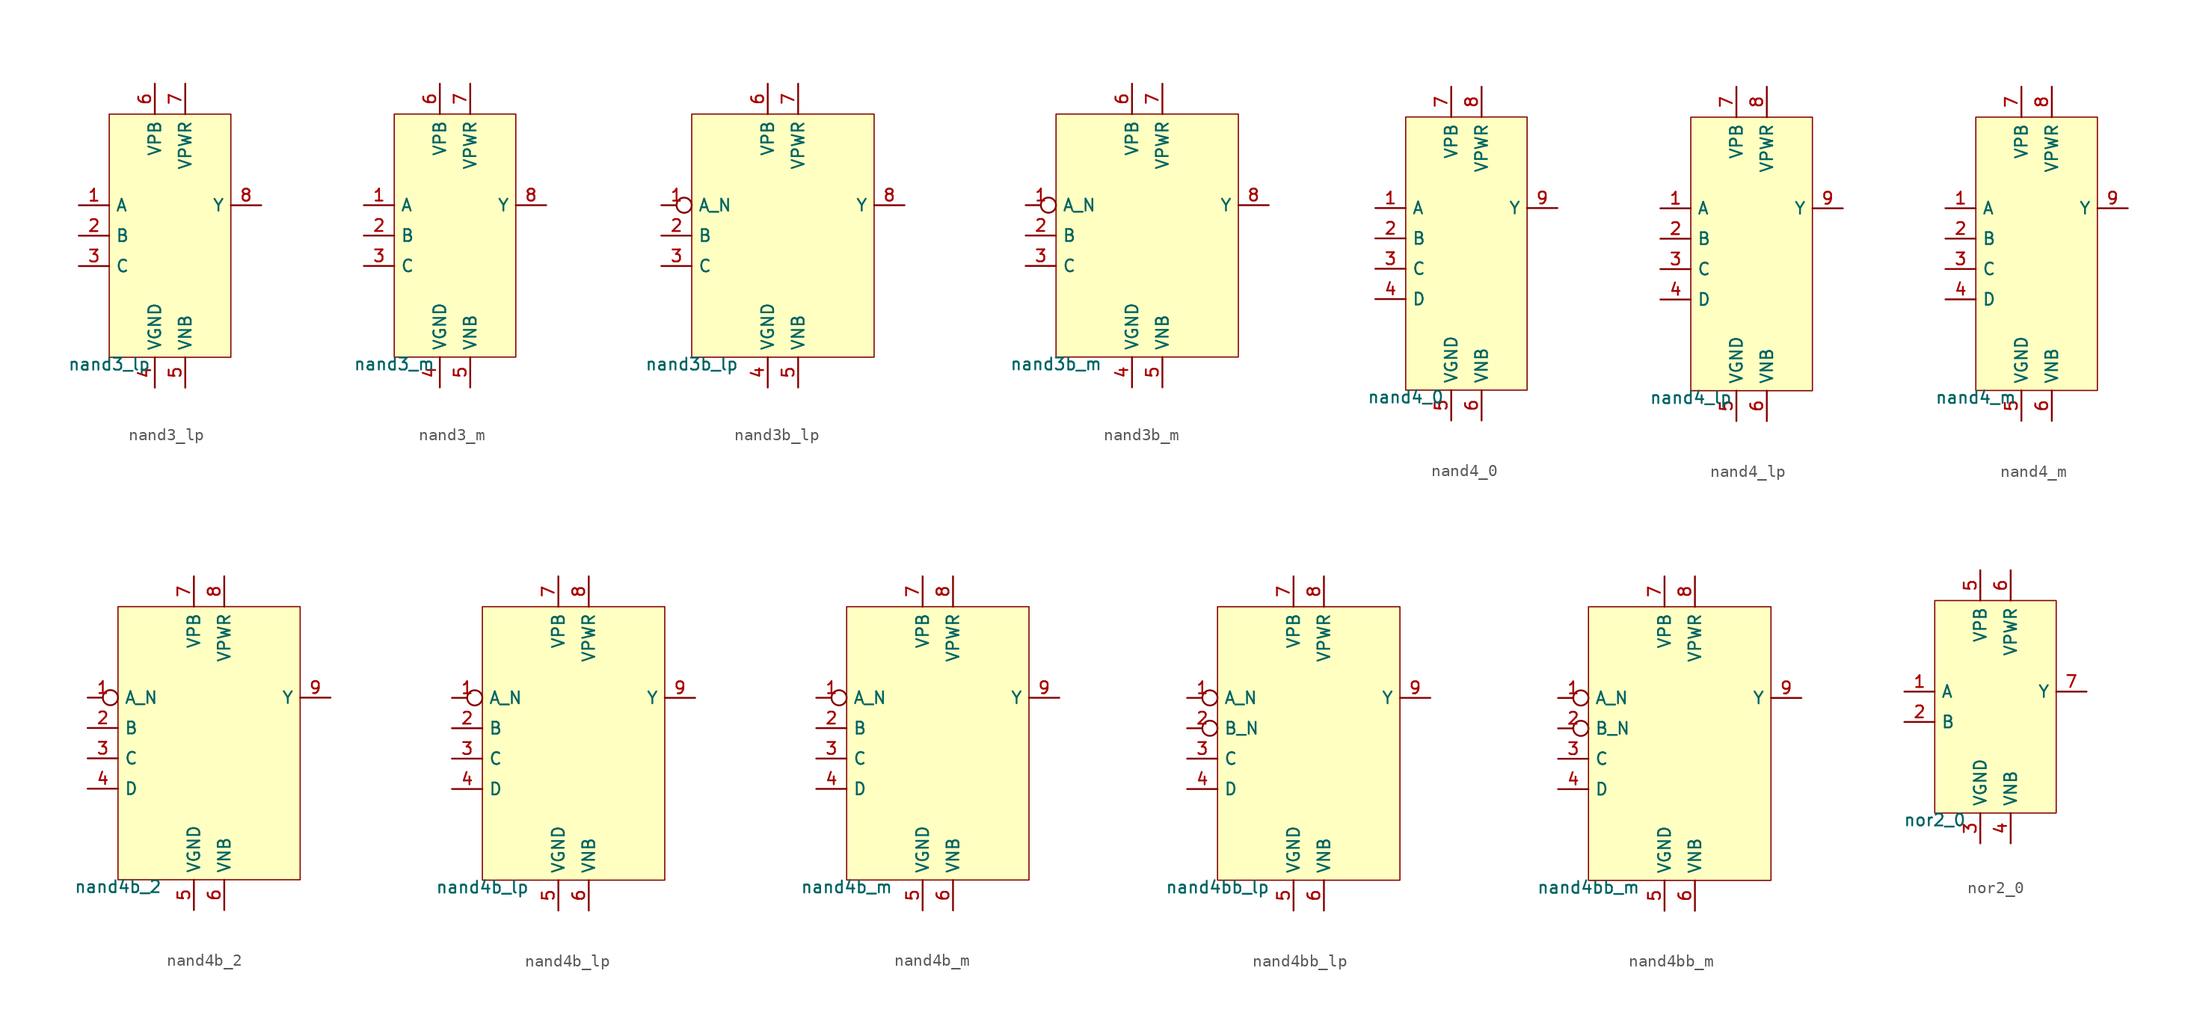
<source format=kicad_sym>
(kicad_symbol_lib
  (version 20211014)
  (generator pdk2kicad)
  (symbol "nand3_lp"
    (property "Reference" "X"
      (at 0 0 0)
      (effects (font (size 1 1)) hide))
    (property "Value" "nand3_lp"
      (at -5.08 -10.16 0)
      (effects (font (size 1 1)) (justify top)))
    (rectangle
      (start -5.08 -10.16)
      (end 5.08 10.16)
      (stroke (width 0.1) (type solid) (color 0 0 0 0))
      (fill (type background)))
    (pin input line
      (at -7.62 2.54 0)
      (length 2.54)
      (name "A" (effects (font (size 1 1)) hide))
      (number "1" (effects (font (size 1 1)) hide)))
    (pin input line
      (at -7.62 0.0 0)
      (length 2.54)
      (name "B" (effects (font (size 1 1)) hide))
      (number "2" (effects (font (size 1 1)) hide)))
    (pin input line
      (at -7.62 -2.54 0)
      (length 2.54)
      (name "C" (effects (font (size 1 1)) hide))
      (number "3" (effects (font (size 1 1)) hide)))
    (pin power_in line
      (at -1.27 -12.7 90)
      (length 2.54)
      (name "VGND" (effects (font (size 1 1)) hide))
      (number "4" (effects (font (size 1 1)) hide)))
    (pin power_in line
      (at 1.27 -12.7 90)
      (length 2.54)
      (name "VNB" (effects (font (size 1 1)) hide))
      (number "5" (effects (font (size 1 1)) hide)))
    (pin power_in line
      (at -1.27 12.7 270)
      (length 2.54)
      (name "VPB" (effects (font (size 1 1)) hide))
      (number "6" (effects (font (size 1 1)) hide)))
    (pin power_in line
      (at 1.27 12.7 270)
      (length 2.54)
      (name "VPWR" (effects (font (size 1 1)) hide))
      (number "7" (effects (font (size 1 1)) hide)))
    (pin output line
      (at 7.62 2.54 180)
      (length 2.54)
      (name "Y" (effects (font (size 1 1)) hide))
      (number "8" (effects (font (size 1 1)) hide))))
  (symbol "nand3_m"
    (property "Reference" "X"
      (at 0 0 0)
      (effects (font (size 1 1)) hide))
    (property "Value" "nand3_m"
      (at -5.08 -10.16 0)
      (effects (font (size 1 1)) (justify top)))
    (rectangle
      (start -5.08 -10.16)
      (end 5.08 10.16)
      (stroke (width 0.1) (type solid) (color 0 0 0 0))
      (fill (type background)))
    (pin input line
      (at -7.62 2.54 0)
      (length 2.54)
      (name "A" (effects (font (size 1 1)) hide))
      (number "1" (effects (font (size 1 1)) hide)))
    (pin input line
      (at -7.62 0.0 0)
      (length 2.54)
      (name "B" (effects (font (size 1 1)) hide))
      (number "2" (effects (font (size 1 1)) hide)))
    (pin input line
      (at -7.62 -2.54 0)
      (length 2.54)
      (name "C" (effects (font (size 1 1)) hide))
      (number "3" (effects (font (size 1 1)) hide)))
    (pin power_in line
      (at -1.27 -12.7 90)
      (length 2.54)
      (name "VGND" (effects (font (size 1 1)) hide))
      (number "4" (effects (font (size 1 1)) hide)))
    (pin power_in line
      (at 1.27 -12.7 90)
      (length 2.54)
      (name "VNB" (effects (font (size 1 1)) hide))
      (number "5" (effects (font (size 1 1)) hide)))
    (pin power_in line
      (at -1.27 12.7 270)
      (length 2.54)
      (name "VPB" (effects (font (size 1 1)) hide))
      (number "6" (effects (font (size 1 1)) hide)))
    (pin power_in line
      (at 1.27 12.7 270)
      (length 2.54)
      (name "VPWR" (effects (font (size 1 1)) hide))
      (number "7" (effects (font (size 1 1)) hide)))
    (pin output line
      (at 7.62 2.54 180)
      (length 2.54)
      (name "Y" (effects (font (size 1 1)) hide))
      (number "8" (effects (font (size 1 1)) hide))))
  (symbol "nand3b_lp"
    (property "Reference" "X"
      (at 0 0 0)
      (effects (font (size 1 1)) hide))
    (property "Value" "nand3b_lp"
      (at -7.62 -10.16 0)
      (effects (font (size 1 1)) (justify top)))
    (rectangle
      (start -7.62 -10.16)
      (end 7.62 10.16)
      (stroke (width 0.1) (type solid) (color 0 0 0 0))
      (fill (type background)))
    (pin input inverted
      (at -10.16 2.54 0)
      (length 2.54)
      (name "A_N" (effects (font (size 1 1)) hide))
      (number "1" (effects (font (size 1 1)) hide)))
    (pin input line
      (at -10.16 0.0 0)
      (length 2.54)
      (name "B" (effects (font (size 1 1)) hide))
      (number "2" (effects (font (size 1 1)) hide)))
    (pin input line
      (at -10.16 -2.54 0)
      (length 2.54)
      (name "C" (effects (font (size 1 1)) hide))
      (number "3" (effects (font (size 1 1)) hide)))
    (pin power_in line
      (at -1.27 -12.7 90)
      (length 2.54)
      (name "VGND" (effects (font (size 1 1)) hide))
      (number "4" (effects (font (size 1 1)) hide)))
    (pin power_in line
      (at 1.27 -12.7 90)
      (length 2.54)
      (name "VNB" (effects (font (size 1 1)) hide))
      (number "5" (effects (font (size 1 1)) hide)))
    (pin power_in line
      (at -1.27 12.7 270)
      (length 2.54)
      (name "VPB" (effects (font (size 1 1)) hide))
      (number "6" (effects (font (size 1 1)) hide)))
    (pin power_in line
      (at 1.27 12.7 270)
      (length 2.54)
      (name "VPWR" (effects (font (size 1 1)) hide))
      (number "7" (effects (font (size 1 1)) hide)))
    (pin output line
      (at 10.16 2.54 180)
      (length 2.54)
      (name "Y" (effects (font (size 1 1)) hide))
      (number "8" (effects (font (size 1 1)) hide))))
  (symbol "nand3b_m"
    (property "Reference" "X"
      (at 0 0 0)
      (effects (font (size 1 1)) hide))
    (property "Value" "nand3b_m"
      (at -7.62 -10.16 0)
      (effects (font (size 1 1)) (justify top)))
    (rectangle
      (start -7.62 -10.16)
      (end 7.62 10.16)
      (stroke (width 0.1) (type solid) (color 0 0 0 0))
      (fill (type background)))
    (pin input inverted
      (at -10.16 2.54 0)
      (length 2.54)
      (name "A_N" (effects (font (size 1 1)) hide))
      (number "1" (effects (font (size 1 1)) hide)))
    (pin input line
      (at -10.16 0.0 0)
      (length 2.54)
      (name "B" (effects (font (size 1 1)) hide))
      (number "2" (effects (font (size 1 1)) hide)))
    (pin input line
      (at -10.16 -2.54 0)
      (length 2.54)
      (name "C" (effects (font (size 1 1)) hide))
      (number "3" (effects (font (size 1 1)) hide)))
    (pin power_in line
      (at -1.27 -12.7 90)
      (length 2.54)
      (name "VGND" (effects (font (size 1 1)) hide))
      (number "4" (effects (font (size 1 1)) hide)))
    (pin power_in line
      (at 1.27 -12.7 90)
      (length 2.54)
      (name "VNB" (effects (font (size 1 1)) hide))
      (number "5" (effects (font (size 1 1)) hide)))
    (pin power_in line
      (at -1.27 12.7 270)
      (length 2.54)
      (name "VPB" (effects (font (size 1 1)) hide))
      (number "6" (effects (font (size 1 1)) hide)))
    (pin power_in line
      (at 1.27 12.7 270)
      (length 2.54)
      (name "VPWR" (effects (font (size 1 1)) hide))
      (number "7" (effects (font (size 1 1)) hide)))
    (pin output line
      (at 10.16 2.54 180)
      (length 2.54)
      (name "Y" (effects (font (size 1 1)) hide))
      (number "8" (effects (font (size 1 1)) hide))))
  (symbol "nand4_0"
    (property "Reference" "X"
      (at 0 0 0)
      (effects (font (size 1 1)) hide))
    (property "Value" "nand4_0"
      (at -5.08 -11.43 0)
      (effects (font (size 1 1)) (justify top)))
    (rectangle
      (start -5.08 -11.43)
      (end 5.08 11.43)
      (stroke (width 0.1) (type solid) (color 0 0 0 0))
      (fill (type background)))
    (pin input line
      (at -7.62 3.81 0)
      (length 2.54)
      (name "A" (effects (font (size 1 1)) hide))
      (number "1" (effects (font (size 1 1)) hide)))
    (pin input line
      (at -7.62 1.27 0)
      (length 2.54)
      (name "B" (effects (font (size 1 1)) hide))
      (number "2" (effects (font (size 1 1)) hide)))
    (pin input line
      (at -7.62 -1.27 0)
      (length 2.54)
      (name "C" (effects (font (size 1 1)) hide))
      (number "3" (effects (font (size 1 1)) hide)))
    (pin input line
      (at -7.62 -3.81 0)
      (length 2.54)
      (name "D" (effects (font (size 1 1)) hide))
      (number "4" (effects (font (size 1 1)) hide)))
    (pin power_in line
      (at -1.27 -13.97 90)
      (length 2.54)
      (name "VGND" (effects (font (size 1 1)) hide))
      (number "5" (effects (font (size 1 1)) hide)))
    (pin power_in line
      (at 1.27 -13.97 90)
      (length 2.54)
      (name "VNB" (effects (font (size 1 1)) hide))
      (number "6" (effects (font (size 1 1)) hide)))
    (pin power_in line
      (at -1.27 13.97 270)
      (length 2.54)
      (name "VPB" (effects (font (size 1 1)) hide))
      (number "7" (effects (font (size 1 1)) hide)))
    (pin power_in line
      (at 1.27 13.97 270)
      (length 2.54)
      (name "VPWR" (effects (font (size 1 1)) hide))
      (number "8" (effects (font (size 1 1)) hide)))
    (pin output line
      (at 7.62 3.81 180)
      (length 2.54)
      (name "Y" (effects (font (size 1 1)) hide))
      (number "9" (effects (font (size 1 1)) hide))))
  (symbol "nand4_lp"
    (property "Reference" "X"
      (at 0 0 0)
      (effects (font (size 1 1)) hide))
    (property "Value" "nand4_lp"
      (at -5.08 -11.43 0)
      (effects (font (size 1 1)) (justify top)))
    (rectangle
      (start -5.08 -11.43)
      (end 5.08 11.43)
      (stroke (width 0.1) (type solid) (color 0 0 0 0))
      (fill (type background)))
    (pin input line
      (at -7.62 3.81 0)
      (length 2.54)
      (name "A" (effects (font (size 1 1)) hide))
      (number "1" (effects (font (size 1 1)) hide)))
    (pin input line
      (at -7.62 1.27 0)
      (length 2.54)
      (name "B" (effects (font (size 1 1)) hide))
      (number "2" (effects (font (size 1 1)) hide)))
    (pin input line
      (at -7.62 -1.27 0)
      (length 2.54)
      (name "C" (effects (font (size 1 1)) hide))
      (number "3" (effects (font (size 1 1)) hide)))
    (pin input line
      (at -7.62 -3.81 0)
      (length 2.54)
      (name "D" (effects (font (size 1 1)) hide))
      (number "4" (effects (font (size 1 1)) hide)))
    (pin power_in line
      (at -1.27 -13.97 90)
      (length 2.54)
      (name "VGND" (effects (font (size 1 1)) hide))
      (number "5" (effects (font (size 1 1)) hide)))
    (pin power_in line
      (at 1.27 -13.97 90)
      (length 2.54)
      (name "VNB" (effects (font (size 1 1)) hide))
      (number "6" (effects (font (size 1 1)) hide)))
    (pin power_in line
      (at -1.27 13.97 270)
      (length 2.54)
      (name "VPB" (effects (font (size 1 1)) hide))
      (number "7" (effects (font (size 1 1)) hide)))
    (pin power_in line
      (at 1.27 13.97 270)
      (length 2.54)
      (name "VPWR" (effects (font (size 1 1)) hide))
      (number "8" (effects (font (size 1 1)) hide)))
    (pin output line
      (at 7.62 3.81 180)
      (length 2.54)
      (name "Y" (effects (font (size 1 1)) hide))
      (number "9" (effects (font (size 1 1)) hide))))
  (symbol "nand4_m"
    (property "Reference" "X"
      (at 0 0 0)
      (effects (font (size 1 1)) hide))
    (property "Value" "nand4_m"
      (at -5.08 -11.43 0)
      (effects (font (size 1 1)) (justify top)))
    (rectangle
      (start -5.08 -11.43)
      (end 5.08 11.43)
      (stroke (width 0.1) (type solid) (color 0 0 0 0))
      (fill (type background)))
    (pin input line
      (at -7.62 3.81 0)
      (length 2.54)
      (name "A" (effects (font (size 1 1)) hide))
      (number "1" (effects (font (size 1 1)) hide)))
    (pin input line
      (at -7.62 1.27 0)
      (length 2.54)
      (name "B" (effects (font (size 1 1)) hide))
      (number "2" (effects (font (size 1 1)) hide)))
    (pin input line
      (at -7.62 -1.27 0)
      (length 2.54)
      (name "C" (effects (font (size 1 1)) hide))
      (number "3" (effects (font (size 1 1)) hide)))
    (pin input line
      (at -7.62 -3.81 0)
      (length 2.54)
      (name "D" (effects (font (size 1 1)) hide))
      (number "4" (effects (font (size 1 1)) hide)))
    (pin power_in line
      (at -1.27 -13.97 90)
      (length 2.54)
      (name "VGND" (effects (font (size 1 1)) hide))
      (number "5" (effects (font (size 1 1)) hide)))
    (pin power_in line
      (at 1.27 -13.97 90)
      (length 2.54)
      (name "VNB" (effects (font (size 1 1)) hide))
      (number "6" (effects (font (size 1 1)) hide)))
    (pin power_in line
      (at -1.27 13.97 270)
      (length 2.54)
      (name "VPB" (effects (font (size 1 1)) hide))
      (number "7" (effects (font (size 1 1)) hide)))
    (pin power_in line
      (at 1.27 13.97 270)
      (length 2.54)
      (name "VPWR" (effects (font (size 1 1)) hide))
      (number "8" (effects (font (size 1 1)) hide)))
    (pin output line
      (at 7.62 3.81 180)
      (length 2.54)
      (name "Y" (effects (font (size 1 1)) hide))
      (number "9" (effects (font (size 1 1)) hide))))
  (symbol "nand4b_2"
    (property "Reference" "X"
      (at 0 0 0)
      (effects (font (size 1 1)) hide))
    (property "Value" "nand4b_2"
      (at -7.62 -11.43 0)
      (effects (font (size 1 1)) (justify top)))
    (rectangle
      (start -7.62 -11.43)
      (end 7.62 11.43)
      (stroke (width 0.1) (type solid) (color 0 0 0 0))
      (fill (type background)))
    (pin input inverted
      (at -10.16 3.81 0)
      (length 2.54)
      (name "A_N" (effects (font (size 1 1)) hide))
      (number "1" (effects (font (size 1 1)) hide)))
    (pin input line
      (at -10.16 1.27 0)
      (length 2.54)
      (name "B" (effects (font (size 1 1)) hide))
      (number "2" (effects (font (size 1 1)) hide)))
    (pin input line
      (at -10.16 -1.27 0)
      (length 2.54)
      (name "C" (effects (font (size 1 1)) hide))
      (number "3" (effects (font (size 1 1)) hide)))
    (pin input line
      (at -10.16 -3.81 0)
      (length 2.54)
      (name "D" (effects (font (size 1 1)) hide))
      (number "4" (effects (font (size 1 1)) hide)))
    (pin power_in line
      (at -1.27 -13.97 90)
      (length 2.54)
      (name "VGND" (effects (font (size 1 1)) hide))
      (number "5" (effects (font (size 1 1)) hide)))
    (pin power_in line
      (at 1.27 -13.97 90)
      (length 2.54)
      (name "VNB" (effects (font (size 1 1)) hide))
      (number "6" (effects (font (size 1 1)) hide)))
    (pin power_in line
      (at -1.27 13.97 270)
      (length 2.54)
      (name "VPB" (effects (font (size 1 1)) hide))
      (number "7" (effects (font (size 1 1)) hide)))
    (pin power_in line
      (at 1.27 13.97 270)
      (length 2.54)
      (name "VPWR" (effects (font (size 1 1)) hide))
      (number "8" (effects (font (size 1 1)) hide)))
    (pin output line
      (at 10.16 3.81 180)
      (length 2.54)
      (name "Y" (effects (font (size 1 1)) hide))
      (number "9" (effects (font (size 1 1)) hide))))
  (symbol "nand4b_lp"
    (property "Reference" "X"
      (at 0 0 0)
      (effects (font (size 1 1)) hide))
    (property "Value" "nand4b_lp"
      (at -7.62 -11.43 0)
      (effects (font (size 1 1)) (justify top)))
    (rectangle
      (start -7.62 -11.43)
      (end 7.62 11.43)
      (stroke (width 0.1) (type solid) (color 0 0 0 0))
      (fill (type background)))
    (pin input inverted
      (at -10.16 3.81 0)
      (length 2.54)
      (name "A_N" (effects (font (size 1 1)) hide))
      (number "1" (effects (font (size 1 1)) hide)))
    (pin input line
      (at -10.16 1.27 0)
      (length 2.54)
      (name "B" (effects (font (size 1 1)) hide))
      (number "2" (effects (font (size 1 1)) hide)))
    (pin input line
      (at -10.16 -1.27 0)
      (length 2.54)
      (name "C" (effects (font (size 1 1)) hide))
      (number "3" (effects (font (size 1 1)) hide)))
    (pin input line
      (at -10.16 -3.81 0)
      (length 2.54)
      (name "D" (effects (font (size 1 1)) hide))
      (number "4" (effects (font (size 1 1)) hide)))
    (pin power_in line
      (at -1.27 -13.97 90)
      (length 2.54)
      (name "VGND" (effects (font (size 1 1)) hide))
      (number "5" (effects (font (size 1 1)) hide)))
    (pin power_in line
      (at 1.27 -13.97 90)
      (length 2.54)
      (name "VNB" (effects (font (size 1 1)) hide))
      (number "6" (effects (font (size 1 1)) hide)))
    (pin power_in line
      (at -1.27 13.97 270)
      (length 2.54)
      (name "VPB" (effects (font (size 1 1)) hide))
      (number "7" (effects (font (size 1 1)) hide)))
    (pin power_in line
      (at 1.27 13.97 270)
      (length 2.54)
      (name "VPWR" (effects (font (size 1 1)) hide))
      (number "8" (effects (font (size 1 1)) hide)))
    (pin output line
      (at 10.16 3.81 180)
      (length 2.54)
      (name "Y" (effects (font (size 1 1)) hide))
      (number "9" (effects (font (size 1 1)) hide))))
  (symbol "nand4b_m"
    (property "Reference" "X"
      (at 0 0 0)
      (effects (font (size 1 1)) hide))
    (property "Value" "nand4b_m"
      (at -7.62 -11.43 0)
      (effects (font (size 1 1)) (justify top)))
    (rectangle
      (start -7.62 -11.43)
      (end 7.62 11.43)
      (stroke (width 0.1) (type solid) (color 0 0 0 0))
      (fill (type background)))
    (pin input inverted
      (at -10.16 3.81 0)
      (length 2.54)
      (name "A_N" (effects (font (size 1 1)) hide))
      (number "1" (effects (font (size 1 1)) hide)))
    (pin input line
      (at -10.16 1.27 0)
      (length 2.54)
      (name "B" (effects (font (size 1 1)) hide))
      (number "2" (effects (font (size 1 1)) hide)))
    (pin input line
      (at -10.16 -1.27 0)
      (length 2.54)
      (name "C" (effects (font (size 1 1)) hide))
      (number "3" (effects (font (size 1 1)) hide)))
    (pin input line
      (at -10.16 -3.81 0)
      (length 2.54)
      (name "D" (effects (font (size 1 1)) hide))
      (number "4" (effects (font (size 1 1)) hide)))
    (pin power_in line
      (at -1.27 -13.97 90)
      (length 2.54)
      (name "VGND" (effects (font (size 1 1)) hide))
      (number "5" (effects (font (size 1 1)) hide)))
    (pin power_in line
      (at 1.27 -13.97 90)
      (length 2.54)
      (name "VNB" (effects (font (size 1 1)) hide))
      (number "6" (effects (font (size 1 1)) hide)))
    (pin power_in line
      (at -1.27 13.97 270)
      (length 2.54)
      (name "VPB" (effects (font (size 1 1)) hide))
      (number "7" (effects (font (size 1 1)) hide)))
    (pin power_in line
      (at 1.27 13.97 270)
      (length 2.54)
      (name "VPWR" (effects (font (size 1 1)) hide))
      (number "8" (effects (font (size 1 1)) hide)))
    (pin output line
      (at 10.16 3.81 180)
      (length 2.54)
      (name "Y" (effects (font (size 1 1)) hide))
      (number "9" (effects (font (size 1 1)) hide))))
  (symbol "nand4bb_lp"
    (property "Reference" "X"
      (at 0 0 0)
      (effects (font (size 1 1)) hide))
    (property "Value" "nand4bb_lp"
      (at -7.62 -11.43 0)
      (effects (font (size 1 1)) (justify top)))
    (rectangle
      (start -7.62 -11.43)
      (end 7.62 11.43)
      (stroke (width 0.1) (type solid) (color 0 0 0 0))
      (fill (type background)))
    (pin input inverted
      (at -10.16 3.81 0)
      (length 2.54)
      (name "A_N" (effects (font (size 1 1)) hide))
      (number "1" (effects (font (size 1 1)) hide)))
    (pin input inverted
      (at -10.16 1.27 0)
      (length 2.54)
      (name "B_N" (effects (font (size 1 1)) hide))
      (number "2" (effects (font (size 1 1)) hide)))
    (pin input line
      (at -10.16 -1.27 0)
      (length 2.54)
      (name "C" (effects (font (size 1 1)) hide))
      (number "3" (effects (font (size 1 1)) hide)))
    (pin input line
      (at -10.16 -3.81 0)
      (length 2.54)
      (name "D" (effects (font (size 1 1)) hide))
      (number "4" (effects (font (size 1 1)) hide)))
    (pin power_in line
      (at -1.27 -13.97 90)
      (length 2.54)
      (name "VGND" (effects (font (size 1 1)) hide))
      (number "5" (effects (font (size 1 1)) hide)))
    (pin power_in line
      (at 1.27 -13.97 90)
      (length 2.54)
      (name "VNB" (effects (font (size 1 1)) hide))
      (number "6" (effects (font (size 1 1)) hide)))
    (pin power_in line
      (at -1.27 13.97 270)
      (length 2.54)
      (name "VPB" (effects (font (size 1 1)) hide))
      (number "7" (effects (font (size 1 1)) hide)))
    (pin power_in line
      (at 1.27 13.97 270)
      (length 2.54)
      (name "VPWR" (effects (font (size 1 1)) hide))
      (number "8" (effects (font (size 1 1)) hide)))
    (pin output line
      (at 10.16 3.81 180)
      (length 2.54)
      (name "Y" (effects (font (size 1 1)) hide))
      (number "9" (effects (font (size 1 1)) hide))))
  (symbol "nand4bb_m"
    (property "Reference" "X"
      (at 0 0 0)
      (effects (font (size 1 1)) hide))
    (property "Value" "nand4bb_m"
      (at -7.62 -11.43 0)
      (effects (font (size 1 1)) (justify top)))
    (rectangle
      (start -7.62 -11.43)
      (end 7.62 11.43)
      (stroke (width 0.1) (type solid) (color 0 0 0 0))
      (fill (type background)))
    (pin input inverted
      (at -10.16 3.81 0)
      (length 2.54)
      (name "A_N" (effects (font (size 1 1)) hide))
      (number "1" (effects (font (size 1 1)) hide)))
    (pin input inverted
      (at -10.16 1.27 0)
      (length 2.54)
      (name "B_N" (effects (font (size 1 1)) hide))
      (number "2" (effects (font (size 1 1)) hide)))
    (pin input line
      (at -10.16 -1.27 0)
      (length 2.54)
      (name "C" (effects (font (size 1 1)) hide))
      (number "3" (effects (font (size 1 1)) hide)))
    (pin input line
      (at -10.16 -3.81 0)
      (length 2.54)
      (name "D" (effects (font (size 1 1)) hide))
      (number "4" (effects (font (size 1 1)) hide)))
    (pin power_in line
      (at -1.27 -13.97 90)
      (length 2.54)
      (name "VGND" (effects (font (size 1 1)) hide))
      (number "5" (effects (font (size 1 1)) hide)))
    (pin power_in line
      (at 1.27 -13.97 90)
      (length 2.54)
      (name "VNB" (effects (font (size 1 1)) hide))
      (number "6" (effects (font (size 1 1)) hide)))
    (pin power_in line
      (at -1.27 13.97 270)
      (length 2.54)
      (name "VPB" (effects (font (size 1 1)) hide))
      (number "7" (effects (font (size 1 1)) hide)))
    (pin power_in line
      (at 1.27 13.97 270)
      (length 2.54)
      (name "VPWR" (effects (font (size 1 1)) hide))
      (number "8" (effects (font (size 1 1)) hide)))
    (pin output line
      (at 10.16 3.81 180)
      (length 2.54)
      (name "Y" (effects (font (size 1 1)) hide))
      (number "9" (effects (font (size 1 1)) hide))))
  (symbol "nor2_0"
    (property "Reference" "X"
      (at 0 0 0)
      (effects (font (size 1 1)) hide))
    (property "Value" "nor2_0"
      (at -5.08 -8.89 0)
      (effects (font (size 1 1)) (justify top)))
    (rectangle
      (start -5.08 -8.89)
      (end 5.08 8.89)
      (stroke (width 0.1) (type solid) (color 0 0 0 0))
      (fill (type background)))
    (pin input line
      (at -7.62 1.27 0)
      (length 2.54)
      (name "A" (effects (font (size 1 1)) hide))
      (number "1" (effects (font (size 1 1)) hide)))
    (pin input line
      (at -7.62 -1.27 0)
      (length 2.54)
      (name "B" (effects (font (size 1 1)) hide))
      (number "2" (effects (font (size 1 1)) hide)))
    (pin power_in line
      (at -1.27 -11.43 90)
      (length 2.54)
      (name "VGND" (effects (font (size 1 1)) hide))
      (number "3" (effects (font (size 1 1)) hide)))
    (pin power_in line
      (at 1.27 -11.43 90)
      (length 2.54)
      (name "VNB" (effects (font (size 1 1)) hide))
      (number "4" (effects (font (size 1 1)) hide)))
    (pin power_in line
      (at -1.27 11.43 270)
      (length 2.54)
      (name "VPB" (effects (font (size 1 1)) hide))
      (number "5" (effects (font (size 1 1)) hide)))
    (pin power_in line
      (at 1.27 11.43 270)
      (length 2.54)
      (name "VPWR" (effects (font (size 1 1)) hide))
      (number "6" (effects (font (size 1 1)) hide)))
    (pin output line
      (at 7.62 1.27 180)
      (length 2.54)
      (name "Y" (effects (font (size 1 1)) hide))
      (number "7" (effects (font (size 1 1)) hide)))))
</source>
